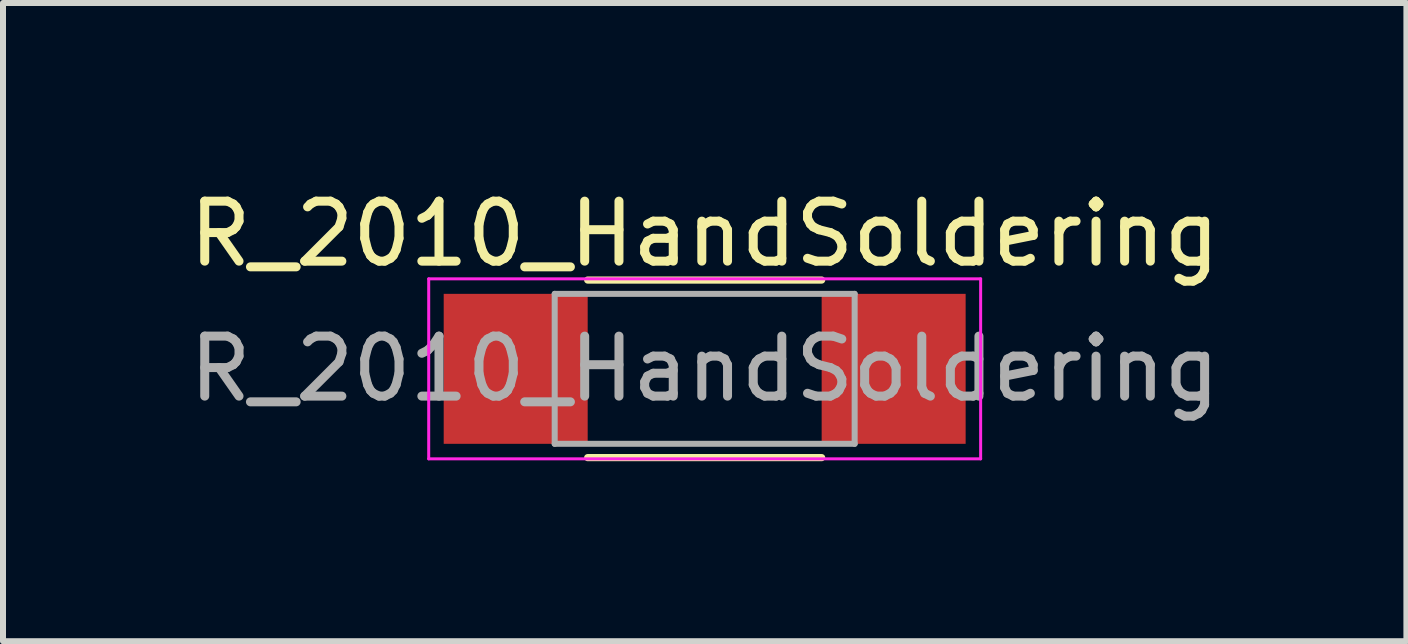
<source format=kicad_pcb>
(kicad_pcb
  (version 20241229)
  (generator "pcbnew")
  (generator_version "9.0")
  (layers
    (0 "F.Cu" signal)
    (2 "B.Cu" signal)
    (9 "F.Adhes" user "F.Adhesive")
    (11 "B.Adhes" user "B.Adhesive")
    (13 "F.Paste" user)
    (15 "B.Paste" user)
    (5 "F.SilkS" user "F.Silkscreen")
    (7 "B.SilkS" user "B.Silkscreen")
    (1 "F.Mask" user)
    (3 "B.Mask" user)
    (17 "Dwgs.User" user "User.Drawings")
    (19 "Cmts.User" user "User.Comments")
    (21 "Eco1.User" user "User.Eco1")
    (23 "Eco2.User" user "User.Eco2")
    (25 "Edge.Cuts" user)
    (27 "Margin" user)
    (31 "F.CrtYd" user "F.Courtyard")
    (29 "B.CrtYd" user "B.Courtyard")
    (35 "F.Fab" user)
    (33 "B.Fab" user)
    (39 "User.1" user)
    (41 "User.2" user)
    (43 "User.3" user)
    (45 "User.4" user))
  (footprint "R_2010_HandSoldering"
    (layer "F.Cu")
    (at 8.696 3.098)
    (property "Reference" "R_2010_HandSoldering" (at 0 -2.25 0) (layer "F.SilkS") (effects (font (size 1 1) (thickness 0.15))))
    (attr smd)
    (fp_line (start -1.95 -1.48) (end 1.95 -1.48) (stroke (width 0.12) (type solid)) (layer "F.SilkS"))
    (fp_line (start 1.95 1.48) (end -1.95 1.48) (stroke (width 0.12) (type solid)) (layer "F.SilkS"))
    (fp_line (start -4.6 -1.5) (end -4.6 1.5) (stroke (width 0.05) (type solid)) (layer "F.CrtYd"))
    (fp_line (start -4.6 -1.5) (end 4.6 -1.5) (stroke (width 0.05) (type solid)) (layer "F.CrtYd"))
    (fp_line (start 4.6 1.5) (end -4.6 1.5) (stroke (width 0.05) (type solid)) (layer "F.CrtYd"))
    (fp_line (start 4.6 1.5) (end 4.6 -1.5) (stroke (width 0.05) (type solid)) (layer "F.CrtYd"))
    (fp_line (start -2.5 -1.25) (end 2.5 -1.25) (stroke (width 0.1) (type solid)) (layer "F.Fab"))
    (fp_line (start -2.5 1.25) (end -2.5 -1.25) (stroke (width 0.1) (type solid)) (layer "F.Fab"))
    (fp_line (start 2.5 -1.25) (end 2.5 1.25) (stroke (width 0.1) (type solid)) (layer "F.Fab"))
    (fp_line (start 2.5 1.25) (end -2.5 1.25) (stroke (width 0.1) (type solid)) (layer "F.Fab"))
    (fp_text user "${REFERENCE}" (at 0 0 0) (layer "F.Fab") (effects (font (size 1 1) (thickness 0.15))))
    (pad "1" smd rect (at -3.15 0) (size 2.4 2.5) (layers "F.Cu" "F.Mask" "F.Paste"))
    (pad "2" smd rect (at 3.15 0) (size 2.4 2.5) (layers "F.Cu" "F.Mask" "F.Paste")))
  (gr_rect
    (start -3 -3)
    (end 20.393 7.638)
    (stroke (width 0.1) (type default))
    (fill no)
    (layer "Edge.Cuts")))
</source>
